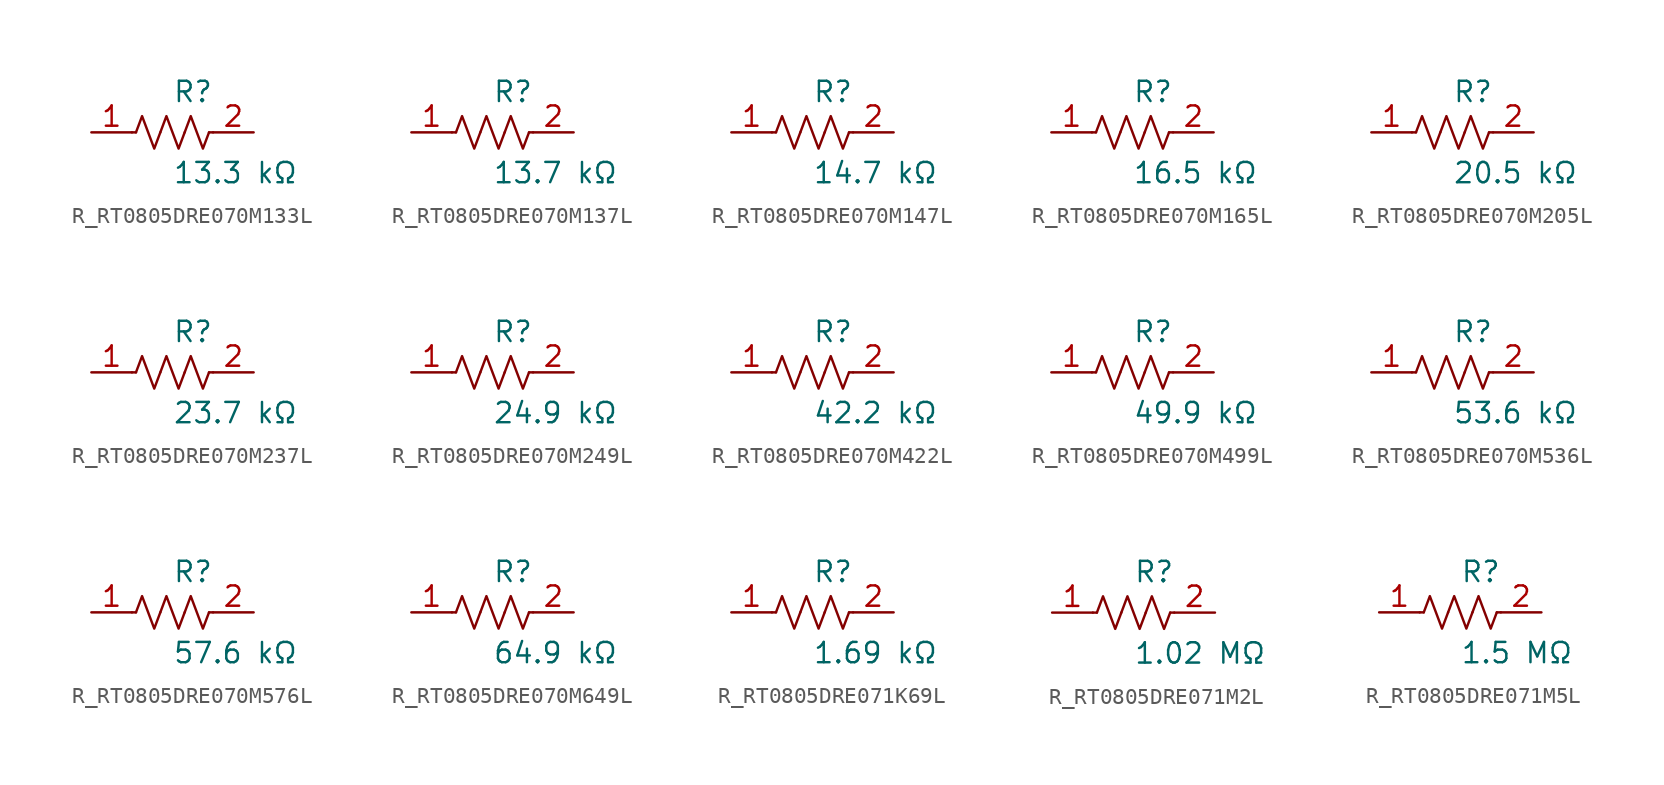
<source format=kicad_sym>
(kicad_symbol_lib
  (version 20231120)
  (generator kicad_symbol_editor)
  (generator_version 8.0)
  (symbol "R_RT0805DRE070M133L"
    (pin_names
      (offset 0.254))
    (property "Reference" "R"
      (at 0.0 2.54 0)
      (effects (font (size 1.27 1.27)) (justify left)))
    (property "Value" "13.3 kΩ"
      (at 0.0 -2.54 0)
      (effects (font (size 1.27 1.27)) (justify left)))
    (symbol "R_RT0805DRE070M133L_0_1"
      (polyline (pts (xy 2.286 0) (xy 2.54 0)) (stroke (width 0) (type default)) (fill (type none)))
      (polyline (pts (xy -2.286 0) (xy -2.54 0)) (stroke (width 0) (type default)) (fill (type none)))
      (polyline (pts (xy 0.762 0) (xy 1.143 1.016) (xy 1.524 0) (xy 1.905 -1.016) (xy 2.286 0)) (stroke (width 0) (type default)) (fill (type none)))
      (polyline (pts (xy -0.762 0) (xy -0.381 1.016) (xy 0 0) (xy 0.381 -1.016) (xy 0.762 0)) (stroke (width 0) (type default)) (fill (type none)))
      (polyline (pts (xy -2.286 0) (xy -1.905 1.016) (xy -1.524 0) (xy -1.143 -1.016) (xy -0.762 0)) (stroke (width 0) (type default)) (fill (type none))))
    (pin unspecified line
      (at -5.08 0 0)
      (length 2.54)
      (name "" (effects (font (size 1.27 1.27))))
      (number "1" (effects (font (size 1.27 1.27)))))
    (pin unspecified line
      (at 5.08 0 180)
      (length 2.54)
      (name "" (effects (font (size 1.27 1.27))))
      (number "2" (effects (font (size 1.27 1.27))))))
  (symbol "R_RT0805DRE070M137L"
    (pin_names
      (offset 0.254))
    (property "Reference" "R"
      (at 0.0 2.54 0)
      (effects (font (size 1.27 1.27)) (justify left)))
    (property "Value" "13.7 kΩ"
      (at 0.0 -2.54 0)
      (effects (font (size 1.27 1.27)) (justify left)))
    (symbol "R_RT0805DRE070M137L_0_1"
      (polyline (pts (xy 2.286 0) (xy 2.54 0)) (stroke (width 0) (type default)) (fill (type none)))
      (polyline (pts (xy -2.286 0) (xy -2.54 0)) (stroke (width 0) (type default)) (fill (type none)))
      (polyline (pts (xy 0.762 0) (xy 1.143 1.016) (xy 1.524 0) (xy 1.905 -1.016) (xy 2.286 0)) (stroke (width 0) (type default)) (fill (type none)))
      (polyline (pts (xy -0.762 0) (xy -0.381 1.016) (xy 0 0) (xy 0.381 -1.016) (xy 0.762 0)) (stroke (width 0) (type default)) (fill (type none)))
      (polyline (pts (xy -2.286 0) (xy -1.905 1.016) (xy -1.524 0) (xy -1.143 -1.016) (xy -0.762 0)) (stroke (width 0) (type default)) (fill (type none))))
    (pin unspecified line
      (at -5.08 0 0)
      (length 2.54)
      (name "" (effects (font (size 1.27 1.27))))
      (number "1" (effects (font (size 1.27 1.27)))))
    (pin unspecified line
      (at 5.08 0 180)
      (length 2.54)
      (name "" (effects (font (size 1.27 1.27))))
      (number "2" (effects (font (size 1.27 1.27))))))
  (symbol "R_RT0805DRE070M147L"
    (pin_names
      (offset 0.254))
    (property "Reference" "R"
      (at 0.0 2.54 0)
      (effects (font (size 1.27 1.27)) (justify left)))
    (property "Value" "14.7 kΩ"
      (at 0.0 -2.54 0)
      (effects (font (size 1.27 1.27)) (justify left)))
    (symbol "R_RT0805DRE070M147L_0_1"
      (polyline (pts (xy 2.286 0) (xy 2.54 0)) (stroke (width 0) (type default)) (fill (type none)))
      (polyline (pts (xy -2.286 0) (xy -2.54 0)) (stroke (width 0) (type default)) (fill (type none)))
      (polyline (pts (xy 0.762 0) (xy 1.143 1.016) (xy 1.524 0) (xy 1.905 -1.016) (xy 2.286 0)) (stroke (width 0) (type default)) (fill (type none)))
      (polyline (pts (xy -0.762 0) (xy -0.381 1.016) (xy 0 0) (xy 0.381 -1.016) (xy 0.762 0)) (stroke (width 0) (type default)) (fill (type none)))
      (polyline (pts (xy -2.286 0) (xy -1.905 1.016) (xy -1.524 0) (xy -1.143 -1.016) (xy -0.762 0)) (stroke (width 0) (type default)) (fill (type none))))
    (pin unspecified line
      (at -5.08 0 0)
      (length 2.54)
      (name "" (effects (font (size 1.27 1.27))))
      (number "1" (effects (font (size 1.27 1.27)))))
    (pin unspecified line
      (at 5.08 0 180)
      (length 2.54)
      (name "" (effects (font (size 1.27 1.27))))
      (number "2" (effects (font (size 1.27 1.27))))))
  (symbol "R_RT0805DRE070M165L"
    (pin_names
      (offset 0.254))
    (property "Reference" "R"
      (at 0.0 2.54 0)
      (effects (font (size 1.27 1.27)) (justify left)))
    (property "Value" "16.5 kΩ"
      (at 0.0 -2.54 0)
      (effects (font (size 1.27 1.27)) (justify left)))
    (symbol "R_RT0805DRE070M165L_0_1"
      (polyline (pts (xy 2.286 0) (xy 2.54 0)) (stroke (width 0) (type default)) (fill (type none)))
      (polyline (pts (xy -2.286 0) (xy -2.54 0)) (stroke (width 0) (type default)) (fill (type none)))
      (polyline (pts (xy 0.762 0) (xy 1.143 1.016) (xy 1.524 0) (xy 1.905 -1.016) (xy 2.286 0)) (stroke (width 0) (type default)) (fill (type none)))
      (polyline (pts (xy -0.762 0) (xy -0.381 1.016) (xy 0 0) (xy 0.381 -1.016) (xy 0.762 0)) (stroke (width 0) (type default)) (fill (type none)))
      (polyline (pts (xy -2.286 0) (xy -1.905 1.016) (xy -1.524 0) (xy -1.143 -1.016) (xy -0.762 0)) (stroke (width 0) (type default)) (fill (type none))))
    (pin unspecified line
      (at -5.08 0 0)
      (length 2.54)
      (name "" (effects (font (size 1.27 1.27))))
      (number "1" (effects (font (size 1.27 1.27)))))
    (pin unspecified line
      (at 5.08 0 180)
      (length 2.54)
      (name "" (effects (font (size 1.27 1.27))))
      (number "2" (effects (font (size 1.27 1.27))))))
  (symbol "R_RT0805DRE070M205L"
    (pin_names
      (offset 0.254))
    (property "Reference" "R"
      (at 0.0 2.54 0)
      (effects (font (size 1.27 1.27)) (justify left)))
    (property "Value" "20.5 kΩ"
      (at 0.0 -2.54 0)
      (effects (font (size 1.27 1.27)) (justify left)))
    (symbol "R_RT0805DRE070M205L_0_1"
      (polyline (pts (xy 2.286 0) (xy 2.54 0)) (stroke (width 0) (type default)) (fill (type none)))
      (polyline (pts (xy -2.286 0) (xy -2.54 0)) (stroke (width 0) (type default)) (fill (type none)))
      (polyline (pts (xy 0.762 0) (xy 1.143 1.016) (xy 1.524 0) (xy 1.905 -1.016) (xy 2.286 0)) (stroke (width 0) (type default)) (fill (type none)))
      (polyline (pts (xy -0.762 0) (xy -0.381 1.016) (xy 0 0) (xy 0.381 -1.016) (xy 0.762 0)) (stroke (width 0) (type default)) (fill (type none)))
      (polyline (pts (xy -2.286 0) (xy -1.905 1.016) (xy -1.524 0) (xy -1.143 -1.016) (xy -0.762 0)) (stroke (width 0) (type default)) (fill (type none))))
    (pin unspecified line
      (at -5.08 0 0)
      (length 2.54)
      (name "" (effects (font (size 1.27 1.27))))
      (number "1" (effects (font (size 1.27 1.27)))))
    (pin unspecified line
      (at 5.08 0 180)
      (length 2.54)
      (name "" (effects (font (size 1.27 1.27))))
      (number "2" (effects (font (size 1.27 1.27))))))
  (symbol "R_RT0805DRE070M237L"
    (pin_names
      (offset 0.254))
    (property "Reference" "R"
      (at 0.0 2.54 0)
      (effects (font (size 1.27 1.27)) (justify left)))
    (property "Value" "23.7 kΩ"
      (at 0.0 -2.54 0)
      (effects (font (size 1.27 1.27)) (justify left)))
    (symbol "R_RT0805DRE070M237L_0_1"
      (polyline (pts (xy 2.286 0) (xy 2.54 0)) (stroke (width 0) (type default)) (fill (type none)))
      (polyline (pts (xy -2.286 0) (xy -2.54 0)) (stroke (width 0) (type default)) (fill (type none)))
      (polyline (pts (xy 0.762 0) (xy 1.143 1.016) (xy 1.524 0) (xy 1.905 -1.016) (xy 2.286 0)) (stroke (width 0) (type default)) (fill (type none)))
      (polyline (pts (xy -0.762 0) (xy -0.381 1.016) (xy 0 0) (xy 0.381 -1.016) (xy 0.762 0)) (stroke (width 0) (type default)) (fill (type none)))
      (polyline (pts (xy -2.286 0) (xy -1.905 1.016) (xy -1.524 0) (xy -1.143 -1.016) (xy -0.762 0)) (stroke (width 0) (type default)) (fill (type none))))
    (pin unspecified line
      (at -5.08 0 0)
      (length 2.54)
      (name "" (effects (font (size 1.27 1.27))))
      (number "1" (effects (font (size 1.27 1.27)))))
    (pin unspecified line
      (at 5.08 0 180)
      (length 2.54)
      (name "" (effects (font (size 1.27 1.27))))
      (number "2" (effects (font (size 1.27 1.27))))))
  (symbol "R_RT0805DRE070M249L"
    (pin_names
      (offset 0.254))
    (property "Reference" "R"
      (at 0.0 2.54 0)
      (effects (font (size 1.27 1.27)) (justify left)))
    (property "Value" "24.9 kΩ"
      (at 0.0 -2.54 0)
      (effects (font (size 1.27 1.27)) (justify left)))
    (symbol "R_RT0805DRE070M249L_0_1"
      (polyline (pts (xy 2.286 0) (xy 2.54 0)) (stroke (width 0) (type default)) (fill (type none)))
      (polyline (pts (xy -2.286 0) (xy -2.54 0)) (stroke (width 0) (type default)) (fill (type none)))
      (polyline (pts (xy 0.762 0) (xy 1.143 1.016) (xy 1.524 0) (xy 1.905 -1.016) (xy 2.286 0)) (stroke (width 0) (type default)) (fill (type none)))
      (polyline (pts (xy -0.762 0) (xy -0.381 1.016) (xy 0 0) (xy 0.381 -1.016) (xy 0.762 0)) (stroke (width 0) (type default)) (fill (type none)))
      (polyline (pts (xy -2.286 0) (xy -1.905 1.016) (xy -1.524 0) (xy -1.143 -1.016) (xy -0.762 0)) (stroke (width 0) (type default)) (fill (type none))))
    (pin unspecified line
      (at -5.08 0 0)
      (length 2.54)
      (name "" (effects (font (size 1.27 1.27))))
      (number "1" (effects (font (size 1.27 1.27)))))
    (pin unspecified line
      (at 5.08 0 180)
      (length 2.54)
      (name "" (effects (font (size 1.27 1.27))))
      (number "2" (effects (font (size 1.27 1.27))))))
  (symbol "R_RT0805DRE070M422L"
    (pin_names
      (offset 0.254))
    (property "Reference" "R"
      (at 0.0 2.54 0)
      (effects (font (size 1.27 1.27)) (justify left)))
    (property "Value" "42.2 kΩ"
      (at 0.0 -2.54 0)
      (effects (font (size 1.27 1.27)) (justify left)))
    (symbol "R_RT0805DRE070M422L_0_1"
      (polyline (pts (xy 2.286 0) (xy 2.54 0)) (stroke (width 0) (type default)) (fill (type none)))
      (polyline (pts (xy -2.286 0) (xy -2.54 0)) (stroke (width 0) (type default)) (fill (type none)))
      (polyline (pts (xy 0.762 0) (xy 1.143 1.016) (xy 1.524 0) (xy 1.905 -1.016) (xy 2.286 0)) (stroke (width 0) (type default)) (fill (type none)))
      (polyline (pts (xy -0.762 0) (xy -0.381 1.016) (xy 0 0) (xy 0.381 -1.016) (xy 0.762 0)) (stroke (width 0) (type default)) (fill (type none)))
      (polyline (pts (xy -2.286 0) (xy -1.905 1.016) (xy -1.524 0) (xy -1.143 -1.016) (xy -0.762 0)) (stroke (width 0) (type default)) (fill (type none))))
    (pin unspecified line
      (at -5.08 0 0)
      (length 2.54)
      (name "" (effects (font (size 1.27 1.27))))
      (number "1" (effects (font (size 1.27 1.27)))))
    (pin unspecified line
      (at 5.08 0 180)
      (length 2.54)
      (name "" (effects (font (size 1.27 1.27))))
      (number "2" (effects (font (size 1.27 1.27))))))
  (symbol "R_RT0805DRE070M499L"
    (pin_names
      (offset 0.254))
    (property "Reference" "R"
      (at 0.0 2.54 0)
      (effects (font (size 1.27 1.27)) (justify left)))
    (property "Value" "49.9 kΩ"
      (at 0.0 -2.54 0)
      (effects (font (size 1.27 1.27)) (justify left)))
    (symbol "R_RT0805DRE070M499L_0_1"
      (polyline (pts (xy 2.286 0) (xy 2.54 0)) (stroke (width 0) (type default)) (fill (type none)))
      (polyline (pts (xy -2.286 0) (xy -2.54 0)) (stroke (width 0) (type default)) (fill (type none)))
      (polyline (pts (xy 0.762 0) (xy 1.143 1.016) (xy 1.524 0) (xy 1.905 -1.016) (xy 2.286 0)) (stroke (width 0) (type default)) (fill (type none)))
      (polyline (pts (xy -0.762 0) (xy -0.381 1.016) (xy 0 0) (xy 0.381 -1.016) (xy 0.762 0)) (stroke (width 0) (type default)) (fill (type none)))
      (polyline (pts (xy -2.286 0) (xy -1.905 1.016) (xy -1.524 0) (xy -1.143 -1.016) (xy -0.762 0)) (stroke (width 0) (type default)) (fill (type none))))
    (pin unspecified line
      (at -5.08 0 0)
      (length 2.54)
      (name "" (effects (font (size 1.27 1.27))))
      (number "1" (effects (font (size 1.27 1.27)))))
    (pin unspecified line
      (at 5.08 0 180)
      (length 2.54)
      (name "" (effects (font (size 1.27 1.27))))
      (number "2" (effects (font (size 1.27 1.27))))))
  (symbol "R_RT0805DRE070M536L"
    (pin_names
      (offset 0.254))
    (property "Reference" "R"
      (at 0.0 2.54 0)
      (effects (font (size 1.27 1.27)) (justify left)))
    (property "Value" "53.6 kΩ"
      (at 0.0 -2.54 0)
      (effects (font (size 1.27 1.27)) (justify left)))
    (symbol "R_RT0805DRE070M536L_0_1"
      (polyline (pts (xy 2.286 0) (xy 2.54 0)) (stroke (width 0) (type default)) (fill (type none)))
      (polyline (pts (xy -2.286 0) (xy -2.54 0)) (stroke (width 0) (type default)) (fill (type none)))
      (polyline (pts (xy 0.762 0) (xy 1.143 1.016) (xy 1.524 0) (xy 1.905 -1.016) (xy 2.286 0)) (stroke (width 0) (type default)) (fill (type none)))
      (polyline (pts (xy -0.762 0) (xy -0.381 1.016) (xy 0 0) (xy 0.381 -1.016) (xy 0.762 0)) (stroke (width 0) (type default)) (fill (type none)))
      (polyline (pts (xy -2.286 0) (xy -1.905 1.016) (xy -1.524 0) (xy -1.143 -1.016) (xy -0.762 0)) (stroke (width 0) (type default)) (fill (type none))))
    (pin unspecified line
      (at -5.08 0 0)
      (length 2.54)
      (name "" (effects (font (size 1.27 1.27))))
      (number "1" (effects (font (size 1.27 1.27)))))
    (pin unspecified line
      (at 5.08 0 180)
      (length 2.54)
      (name "" (effects (font (size 1.27 1.27))))
      (number "2" (effects (font (size 1.27 1.27))))))
  (symbol "R_RT0805DRE070M576L"
    (pin_names
      (offset 0.254))
    (property "Reference" "R"
      (at 0.0 2.54 0)
      (effects (font (size 1.27 1.27)) (justify left)))
    (property "Value" "57.6 kΩ"
      (at 0.0 -2.54 0)
      (effects (font (size 1.27 1.27)) (justify left)))
    (symbol "R_RT0805DRE070M576L_0_1"
      (polyline (pts (xy 2.286 0) (xy 2.54 0)) (stroke (width 0) (type default)) (fill (type none)))
      (polyline (pts (xy -2.286 0) (xy -2.54 0)) (stroke (width 0) (type default)) (fill (type none)))
      (polyline (pts (xy 0.762 0) (xy 1.143 1.016) (xy 1.524 0) (xy 1.905 -1.016) (xy 2.286 0)) (stroke (width 0) (type default)) (fill (type none)))
      (polyline (pts (xy -0.762 0) (xy -0.381 1.016) (xy 0 0) (xy 0.381 -1.016) (xy 0.762 0)) (stroke (width 0) (type default)) (fill (type none)))
      (polyline (pts (xy -2.286 0) (xy -1.905 1.016) (xy -1.524 0) (xy -1.143 -1.016) (xy -0.762 0)) (stroke (width 0) (type default)) (fill (type none))))
    (pin unspecified line
      (at -5.08 0 0)
      (length 2.54)
      (name "" (effects (font (size 1.27 1.27))))
      (number "1" (effects (font (size 1.27 1.27)))))
    (pin unspecified line
      (at 5.08 0 180)
      (length 2.54)
      (name "" (effects (font (size 1.27 1.27))))
      (number "2" (effects (font (size 1.27 1.27))))))
  (symbol "R_RT0805DRE070M649L"
    (pin_names
      (offset 0.254))
    (property "Reference" "R"
      (at 0.0 2.54 0)
      (effects (font (size 1.27 1.27)) (justify left)))
    (property "Value" "64.9 kΩ"
      (at 0.0 -2.54 0)
      (effects (font (size 1.27 1.27)) (justify left)))
    (symbol "R_RT0805DRE070M649L_0_1"
      (polyline (pts (xy 2.286 0) (xy 2.54 0)) (stroke (width 0) (type default)) (fill (type none)))
      (polyline (pts (xy -2.286 0) (xy -2.54 0)) (stroke (width 0) (type default)) (fill (type none)))
      (polyline (pts (xy 0.762 0) (xy 1.143 1.016) (xy 1.524 0) (xy 1.905 -1.016) (xy 2.286 0)) (stroke (width 0) (type default)) (fill (type none)))
      (polyline (pts (xy -0.762 0) (xy -0.381 1.016) (xy 0 0) (xy 0.381 -1.016) (xy 0.762 0)) (stroke (width 0) (type default)) (fill (type none)))
      (polyline (pts (xy -2.286 0) (xy -1.905 1.016) (xy -1.524 0) (xy -1.143 -1.016) (xy -0.762 0)) (stroke (width 0) (type default)) (fill (type none))))
    (pin unspecified line
      (at -5.08 0 0)
      (length 2.54)
      (name "" (effects (font (size 1.27 1.27))))
      (number "1" (effects (font (size 1.27 1.27)))))
    (pin unspecified line
      (at 5.08 0 180)
      (length 2.54)
      (name "" (effects (font (size 1.27 1.27))))
      (number "2" (effects (font (size 1.27 1.27))))))
  (symbol "R_RT0805DRE071K69L"
    (pin_names
      (offset 0.254))
    (property "Reference" "R"
      (at 0.0 2.54 0)
      (effects (font (size 1.27 1.27)) (justify left)))
    (property "Value" "1.69 kΩ"
      (at 0.0 -2.54 0)
      (effects (font (size 1.27 1.27)) (justify left)))
    (symbol "R_RT0805DRE071K69L_0_1"
      (polyline (pts (xy 2.286 0) (xy 2.54 0)) (stroke (width 0) (type default)) (fill (type none)))
      (polyline (pts (xy -2.286 0) (xy -2.54 0)) (stroke (width 0) (type default)) (fill (type none)))
      (polyline (pts (xy 0.762 0) (xy 1.143 1.016) (xy 1.524 0) (xy 1.905 -1.016) (xy 2.286 0)) (stroke (width 0) (type default)) (fill (type none)))
      (polyline (pts (xy -0.762 0) (xy -0.381 1.016) (xy 0 0) (xy 0.381 -1.016) (xy 0.762 0)) (stroke (width 0) (type default)) (fill (type none)))
      (polyline (pts (xy -2.286 0) (xy -1.905 1.016) (xy -1.524 0) (xy -1.143 -1.016) (xy -0.762 0)) (stroke (width 0) (type default)) (fill (type none))))
    (pin unspecified line
      (at -5.08 0 0)
      (length 2.54)
      (name "" (effects (font (size 1.27 1.27))))
      (number "1" (effects (font (size 1.27 1.27)))))
    (pin unspecified line
      (at 5.08 0 180)
      (length 2.54)
      (name "" (effects (font (size 1.27 1.27))))
      (number "2" (effects (font (size 1.27 1.27))))))
  (symbol "R_RT0805DRE071M2L"
    (pin_names
      (offset 0.254))
    (property "Reference" "R"
      (at 0.0 2.54 0)
      (effects (font (size 1.27 1.27)) (justify left)))
    (property "Value" "1.02 MΩ"
      (at 0.0 -2.54 0)
      (effects (font (size 1.27 1.27)) (justify left)))
    (symbol "R_RT0805DRE071M2L_0_1"
      (polyline (pts (xy 2.286 0) (xy 2.54 0)) (stroke (width 0) (type default)) (fill (type none)))
      (polyline (pts (xy -2.286 0) (xy -2.54 0)) (stroke (width 0) (type default)) (fill (type none)))
      (polyline (pts (xy 0.762 0) (xy 1.143 1.016) (xy 1.524 0) (xy 1.905 -1.016) (xy 2.286 0)) (stroke (width 0) (type default)) (fill (type none)))
      (polyline (pts (xy -0.762 0) (xy -0.381 1.016) (xy 0 0) (xy 0.381 -1.016) (xy 0.762 0)) (stroke (width 0) (type default)) (fill (type none)))
      (polyline (pts (xy -2.286 0) (xy -1.905 1.016) (xy -1.524 0) (xy -1.143 -1.016) (xy -0.762 0)) (stroke (width 0) (type default)) (fill (type none))))
    (pin unspecified line
      (at -5.08 0 0)
      (length 2.54)
      (name "" (effects (font (size 1.27 1.27))))
      (number "1" (effects (font (size 1.27 1.27)))))
    (pin unspecified line
      (at 5.08 0 180)
      (length 2.54)
      (name "" (effects (font (size 1.27 1.27))))
      (number "2" (effects (font (size 1.27 1.27))))))
  (symbol "R_RT0805DRE071M5L"
    (pin_names
      (offset 0.254))
    (property "Reference" "R"
      (at 0.0 2.54 0)
      (effects (font (size 1.27 1.27)) (justify left)))
    (property "Value" "1.5 MΩ"
      (at 0.0 -2.54 0)
      (effects (font (size 1.27 1.27)) (justify left)))
    (symbol "R_RT0805DRE071M5L_0_1"
      (polyline (pts (xy 2.286 0) (xy 2.54 0)) (stroke (width 0) (type default)) (fill (type none)))
      (polyline (pts (xy -2.286 0) (xy -2.54 0)) (stroke (width 0) (type default)) (fill (type none)))
      (polyline (pts (xy 0.762 0) (xy 1.143 1.016) (xy 1.524 0) (xy 1.905 -1.016) (xy 2.286 0)) (stroke (width 0) (type default)) (fill (type none)))
      (polyline (pts (xy -0.762 0) (xy -0.381 1.016) (xy 0 0) (xy 0.381 -1.016) (xy 0.762 0)) (stroke (width 0) (type default)) (fill (type none)))
      (polyline (pts (xy -2.286 0) (xy -1.905 1.016) (xy -1.524 0) (xy -1.143 -1.016) (xy -0.762 0)) (stroke (width 0) (type default)) (fill (type none))))
    (pin unspecified line
      (at -5.08 0 0)
      (length 2.54)
      (name "" (effects (font (size 1.27 1.27))))
      (number "1" (effects (font (size 1.27 1.27)))))
    (pin unspecified line
      (at 5.08 0 180)
      (length 2.54)
      (name "" (effects (font (size 1.27 1.27))))
      (number "2" (effects (font (size 1.27 1.27)))))))
</source>
